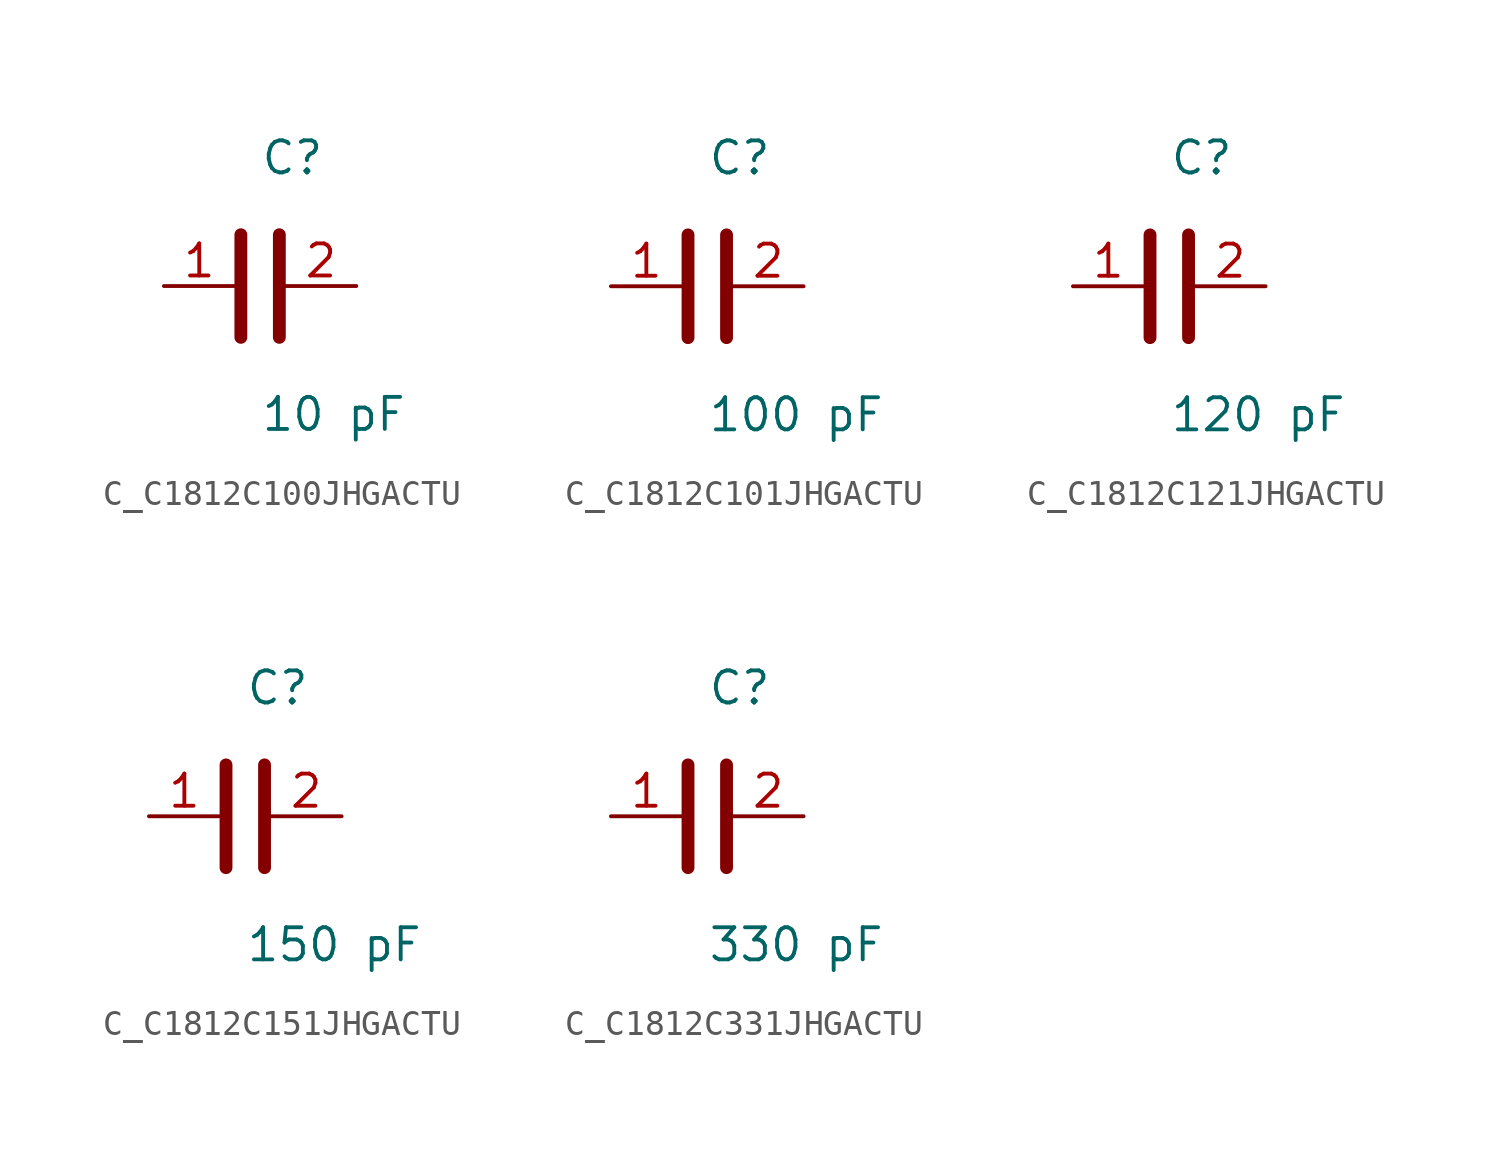
<source format=kicad_sym>
(kicad_symbol_lib
  (version 20231120)
  (generator kicad_symbol_editor)
  (generator_version 8.0)
  (symbol "C_C1812C100JHGACTU"
    (pin_names
      (offset 0.254))
    (property "Reference" "C"
      (at 0 5.08 0)
      (effects (font (size 1.27 1.27)) (justify left)))
    (property "Value" "10 pF"
      (at 0 -5.08 0)
      (effects (font (size 1.27 1.27)) (justify left)))
    (symbol "C_C1812C100JHGACTU_0_1"
      (polyline (pts (xy -0.762 -2.032) (xy -0.762 2.032)) (stroke (width 0.508) (type default)) (fill (type none)))
      (polyline (pts (xy 0.762 -2.032) (xy 0.762 2.032)) (stroke (width 0.508) (type default)) (fill (type none))))
    (pin passive line
      (at -3.81 0 0)
      (length 2.8)
      (name "" (effects (font (size 1.27 1.27))))
      (number "1" (effects (font (size 1.27 1.27)))))
    (pin passive line
      (at 3.81 0 180)
      (length 2.8)
      (name "" (effects (font (size 1.27 1.27))))
      (number "2" (effects (font (size 1.27 1.27))))))
  (symbol "C_C1812C101JHGACTU"
    (pin_names
      (offset 0.254))
    (property "Reference" "C"
      (at 0 5.08 0)
      (effects (font (size 1.27 1.27)) (justify left)))
    (property "Value" "100 pF"
      (at 0 -5.08 0)
      (effects (font (size 1.27 1.27)) (justify left)))
    (symbol "C_C1812C101JHGACTU_0_1"
      (polyline (pts (xy -0.762 -2.032) (xy -0.762 2.032)) (stroke (width 0.508) (type default)) (fill (type none)))
      (polyline (pts (xy 0.762 -2.032) (xy 0.762 2.032)) (stroke (width 0.508) (type default)) (fill (type none))))
    (pin passive line
      (at -3.81 0 0)
      (length 2.8)
      (name "" (effects (font (size 1.27 1.27))))
      (number "1" (effects (font (size 1.27 1.27)))))
    (pin passive line
      (at 3.81 0 180)
      (length 2.8)
      (name "" (effects (font (size 1.27 1.27))))
      (number "2" (effects (font (size 1.27 1.27))))))
  (symbol "C_C1812C121JHGACTU"
    (pin_names
      (offset 0.254))
    (property "Reference" "C"
      (at 0 5.08 0)
      (effects (font (size 1.27 1.27)) (justify left)))
    (property "Value" "120 pF"
      (at 0 -5.08 0)
      (effects (font (size 1.27 1.27)) (justify left)))
    (symbol "C_C1812C121JHGACTU_0_1"
      (polyline (pts (xy -0.762 -2.032) (xy -0.762 2.032)) (stroke (width 0.508) (type default)) (fill (type none)))
      (polyline (pts (xy 0.762 -2.032) (xy 0.762 2.032)) (stroke (width 0.508) (type default)) (fill (type none))))
    (pin passive line
      (at -3.81 0 0)
      (length 2.8)
      (name "" (effects (font (size 1.27 1.27))))
      (number "1" (effects (font (size 1.27 1.27)))))
    (pin passive line
      (at 3.81 0 180)
      (length 2.8)
      (name "" (effects (font (size 1.27 1.27))))
      (number "2" (effects (font (size 1.27 1.27))))))
  (symbol "C_C1812C151JHGACTU"
    (pin_names
      (offset 0.254))
    (property "Reference" "C"
      (at 0 5.08 0)
      (effects (font (size 1.27 1.27)) (justify left)))
    (property "Value" "150 pF"
      (at 0 -5.08 0)
      (effects (font (size 1.27 1.27)) (justify left)))
    (symbol "C_C1812C151JHGACTU_0_1"
      (polyline (pts (xy -0.762 -2.032) (xy -0.762 2.032)) (stroke (width 0.508) (type default)) (fill (type none)))
      (polyline (pts (xy 0.762 -2.032) (xy 0.762 2.032)) (stroke (width 0.508) (type default)) (fill (type none))))
    (pin passive line
      (at -3.81 0 0)
      (length 2.8)
      (name "" (effects (font (size 1.27 1.27))))
      (number "1" (effects (font (size 1.27 1.27)))))
    (pin passive line
      (at 3.81 0 180)
      (length 2.8)
      (name "" (effects (font (size 1.27 1.27))))
      (number "2" (effects (font (size 1.27 1.27))))))
  (symbol "C_C1812C331JHGACTU"
    (pin_names
      (offset 0.254))
    (property "Reference" "C"
      (at 0 5.08 0)
      (effects (font (size 1.27 1.27)) (justify left)))
    (property "Value" "330 pF"
      (at 0 -5.08 0)
      (effects (font (size 1.27 1.27)) (justify left)))
    (symbol "C_C1812C331JHGACTU_0_1"
      (polyline (pts (xy -0.762 -2.032) (xy -0.762 2.032)) (stroke (width 0.508) (type default)) (fill (type none)))
      (polyline (pts (xy 0.762 -2.032) (xy 0.762 2.032)) (stroke (width 0.508) (type default)) (fill (type none))))
    (pin passive line
      (at -3.81 0 0)
      (length 2.8)
      (name "" (effects (font (size 1.27 1.27))))
      (number "1" (effects (font (size 1.27 1.27)))))
    (pin passive line
      (at 3.81 0 180)
      (length 2.8)
      (name "" (effects (font (size 1.27 1.27))))
      (number "2" (effects (font (size 1.27 1.27)))))))
</source>
